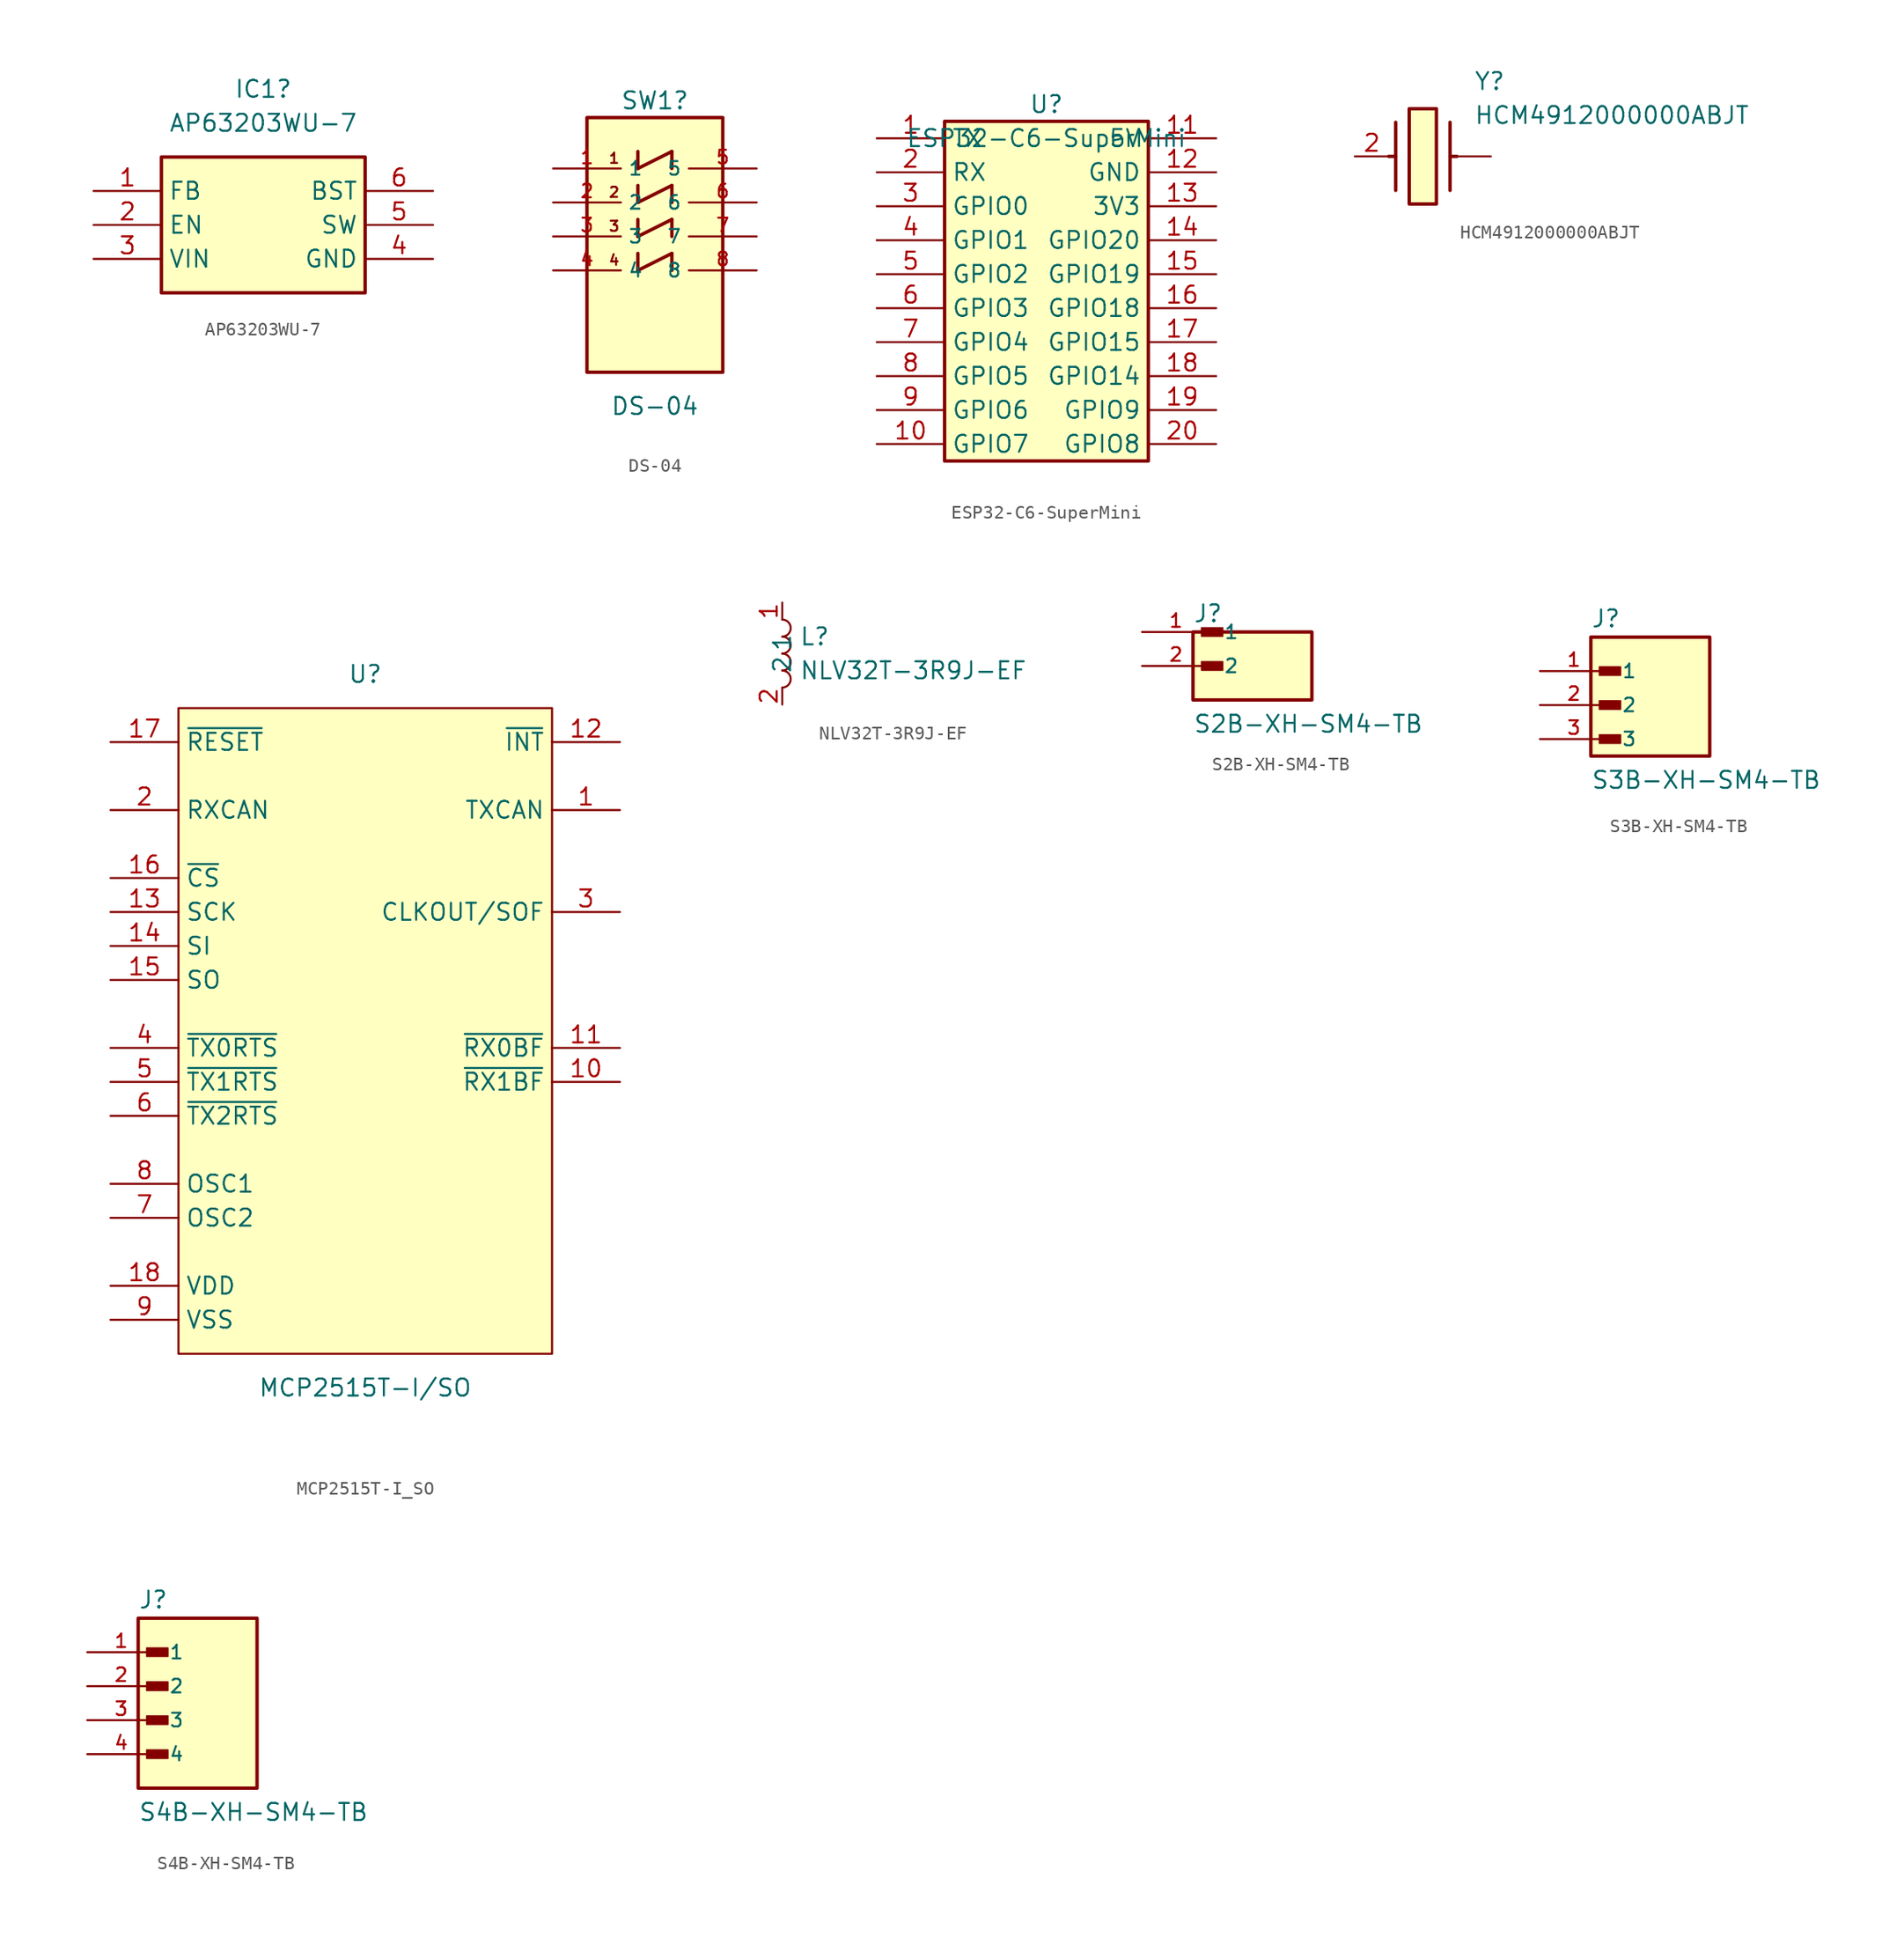
<source format=kicad_sym>
(kicad_symbol_lib
  (version 20241209)
  (generator "kicad_symbol_editor")
  (generator_version "9.0")
  (symbol "AP63203WU-7"
    (property "Reference" "IC1"
      (at 12.7 7.62 0)
      (effects (font (size 1.27 1.27))))
    (property "Value" "AP63203WU-7"
      (at 12.7 5.08 0)
      (effects (font (size 1.27 1.27))))
    (symbol "AP63203WU-7_1_1"
      (rectangle (start 5.08 2.54) (end 20.32 -7.62) (stroke (width 0.254) (type default)) (fill (type background)))
      (pin passive line (at 0 0 0) (length 5.08) (name "FB" (effects (font (size 1.27 1.27)))) (number "1" (effects (font (size 1.27 1.27)))))
      (pin passive line (at 0 -2.54 0) (length 5.08) (name "EN" (effects (font (size 1.27 1.27)))) (number "2" (effects (font (size 1.27 1.27)))))
      (pin passive line (at 0 -5.08 0) (length 5.08) (name "VIN" (effects (font (size 1.27 1.27)))) (number "3" (effects (font (size 1.27 1.27)))))
      (pin passive line (at 25.4 0 180) (length 5.08) (name "BST" (effects (font (size 1.27 1.27)))) (number "6" (effects (font (size 1.27 1.27)))))
      (pin passive line (at 25.4 -2.54 180) (length 5.08) (name "SW" (effects (font (size 1.27 1.27)))) (number "5" (effects (font (size 1.27 1.27)))))
      (pin passive line (at 25.4 -5.08 180) (length 5.08) (name "GND" (effects (font (size 1.27 1.27)))) (number "4" (effects (font (size 1.27 1.27)))))))
  (symbol "DS-04"
    (property "Reference" "SW1"
      (at 0 10.16 0)
      (effects (font (size 1.27 1.27))))
    (property "Value" "DS-04"
      (at 0 -12.7 0)
      (effects (font (size 1.27 1.27))))
    (symbol "DS-04_0_1"
      (rectangle (start -5.08 8.89) (end 5.08 -10.16) (stroke (width 0.254) (type default)) (fill (type background)))
      (polyline (pts (xy -1.27 6.35) (xy -1.27 5.08)) (stroke (width 0.254) (type default)) (fill (type none)))
      (polyline (pts (xy -1.27 5.08) (xy 1.27 6.35)) (stroke (width 0.254) (type default)) (fill (type none)))
      (polyline (pts (xy 1.27 6.35) (xy 1.27 5.08)) (stroke (width 0.254) (type default)) (fill (type none)))
      (polyline (pts (xy -1.27 3.81) (xy -1.27 2.54)) (stroke (width 0.254) (type default)) (fill (type none)))
      (polyline (pts (xy -1.27 2.54) (xy 1.27 3.81)) (stroke (width 0.254) (type default)) (fill (type none)))
      (polyline (pts (xy 1.27 3.81) (xy 1.27 2.54)) (stroke (width 0.254) (type default)) (fill (type none)))
      (polyline (pts (xy -1.27 1.27) (xy -1.27 0)) (stroke (width 0.254) (type default)) (fill (type none)))
      (polyline (pts (xy -1.27 0) (xy 1.27 1.27)) (stroke (width 0.254) (type default)) (fill (type none)))
      (polyline (pts (xy 1.27 1.27) (xy 1.27 0)) (stroke (width 0.254) (type default)) (fill (type none)))
      (polyline (pts (xy -1.27 -1.27) (xy -1.27 -2.54)) (stroke (width 0.254) (type default)) (fill (type none)))
      (polyline (pts (xy -1.27 -2.54) (xy 1.27 -1.27)) (stroke (width 0.254) (type default)) (fill (type none)))
      (polyline (pts (xy 1.27 -1.27) (xy 1.27 -2.54)) (stroke (width 0.254) (type default)) (fill (type none)))
      (text "1" (at -3.048 5.842 0) (effects (font (size 0.762 0.762))))
      (text "2" (at -3.048 3.302 0) (effects (font (size 0.762 0.762))))
      (text "3" (at -3.048 0.762 0) (effects (font (size 0.762 0.762))))
      (text "4" (at -3.048 -1.778 0) (effects (font (size 0.762 0.762)))))
    (symbol "DS-04_1_1"
      (pin passive line (at -7.62 5.08 0) (length 5.08) (name "1" (effects (font (size 1.016 1.016)))) (number "1" (effects (font (size 1.016 1.016)))))
      (pin passive line (at -7.62 2.54 0) (length 5.08) (name "2" (effects (font (size 1.016 1.016)))) (number "2" (effects (font (size 1.016 1.016)))))
      (pin passive line (at -7.62 0 0) (length 5.08) (name "3" (effects (font (size 1.016 1.016)))) (number "3" (effects (font (size 1.016 1.016)))))
      (pin passive line (at -7.62 -2.54 0) (length 5.08) (name "4" (effects (font (size 1.016 1.016)))) (number "4" (effects (font (size 1.016 1.016)))))
      (pin passive line (at 7.62 5.08 180) (length 5.08) (name "5" (effects (font (size 1.016 1.016)))) (number "5" (effects (font (size 1.016 1.016)))))
      (pin passive line (at 7.62 2.54 180) (length 5.08) (name "6" (effects (font (size 1.016 1.016)))) (number "6" (effects (font (size 1.016 1.016)))))
      (pin passive line (at 7.62 0 180) (length 5.08) (name "7" (effects (font (size 1.016 1.016)))) (number "7" (effects (font (size 1.016 1.016)))))
      (pin passive line (at 7.62 -2.54 180) (length 5.08) (name "8" (effects (font (size 1.016 1.016)))) (number "8" (effects (font (size 1.016 1.016)))))))
  (symbol "ESP32-C6-SuperMini"
    (property "Reference" "U"
      (at 12.7 2.54 0)
      (effects (font (size 1.27 1.27))))
    (property "Value" "ESP32-C6-SuperMini"
      (at 12.7 0 0)
      (effects (font (size 1.27 1.27))))
    (symbol "ESP32-C6-SuperMini_0_1"
      (rectangle (start 5.08 1.27) (end 20.32 -24.13) (stroke (width 0.254) (type default)) (fill (type background)))
      (pin bidirectional line (at 0 0 0) (length 5.08) (name "TX" (effects (font (size 1.27 1.27)))) (number "1" (effects (font (size 1.27 1.27)))))
      (pin bidirectional line (at 0 -2.54 0) (length 5.08) (name "RX" (effects (font (size 1.27 1.27)))) (number "2" (effects (font (size 1.27 1.27)))))
      (pin bidirectional line (at 0 -5.08 0) (length 5.08) (name "GPIO0" (effects (font (size 1.27 1.27)))) (number "3" (effects (font (size 1.27 1.27)))))
      (pin bidirectional line (at 0 -7.62 0) (length 5.08) (name "GPIO1" (effects (font (size 1.27 1.27)))) (number "4" (effects (font (size 1.27 1.27)))))
      (pin bidirectional line (at 0 -10.16 0) (length 5.08) (name "GPIO2" (effects (font (size 1.27 1.27)))) (number "5" (effects (font (size 1.27 1.27)))))
      (pin bidirectional line (at 0 -12.7 0) (length 5.08) (name "GPIO3" (effects (font (size 1.27 1.27)))) (number "6" (effects (font (size 1.27 1.27)))))
      (pin bidirectional line (at 0 -15.24 0) (length 5.08) (name "GPIO4" (effects (font (size 1.27 1.27)))) (number "7" (effects (font (size 1.27 1.27)))))
      (pin bidirectional line (at 0 -17.78 0) (length 5.08) (name "GPIO5" (effects (font (size 1.27 1.27)))) (number "8" (effects (font (size 1.27 1.27)))))
      (pin bidirectional line (at 0 -20.32 0) (length 5.08) (name "GPIO6" (effects (font (size 1.27 1.27)))) (number "9" (effects (font (size 1.27 1.27)))))
      (pin bidirectional line (at 0 -22.86 0) (length 5.08) (name "GPIO7" (effects (font (size 1.27 1.27)))) (number "10" (effects (font (size 1.27 1.27)))))
      (pin power_in line (at 25.4 0 180) (length 5.08) (name "5V" (effects (font (size 1.27 1.27)))) (number "11" (effects (font (size 1.27 1.27)))))
      (pin power_in line (at 25.4 -2.54 180) (length 5.08) (name "GND" (effects (font (size 1.27 1.27)))) (number "12" (effects (font (size 1.27 1.27)))))
      (pin power_out line (at 25.4 -5.08 180) (length 5.08) (name "3V3" (effects (font (size 1.27 1.27)))) (number "13" (effects (font (size 1.27 1.27)))))
      (pin bidirectional line (at 25.4 -7.62 180) (length 5.08) (name "GPIO20" (effects (font (size 1.27 1.27)))) (number "14" (effects (font (size 1.27 1.27)))))
      (pin bidirectional line (at 25.4 -10.16 180) (length 5.08) (name "GPIO19" (effects (font (size 1.27 1.27)))) (number "15" (effects (font (size 1.27 1.27)))))
      (pin bidirectional line (at 25.4 -12.7 180) (length 5.08) (name "GPIO18" (effects (font (size 1.27 1.27)))) (number "16" (effects (font (size 1.27 1.27)))))
      (pin bidirectional line (at 25.4 -15.24 180) (length 5.08) (name "GPIO15" (effects (font (size 1.27 1.27)))) (number "17" (effects (font (size 1.27 1.27)))))
      (pin bidirectional line (at 25.4 -17.78 180) (length 5.08) (name "GPIO14" (effects (font (size 1.27 1.27)))) (number "18" (effects (font (size 1.27 1.27)))))
      (pin bidirectional line (at 25.4 -20.32 180) (length 5.08) (name "GPIO9" (effects (font (size 1.27 1.27)))) (number "19" (effects (font (size 1.27 1.27)))))
      (pin bidirectional line (at 25.4 -22.86 180) (length 5.08) (name "GPIO8" (effects (font (size 1.27 1.27)))) (number "20" (effects (font (size 1.27 1.27)))))))
  (symbol "HCM4912000000ABJT"
    (pin_names hide)
    (property "Reference" "Y"
      (at 8.89 6.35 0)
      (effects (font (size 1.27 1.27)) (justify left top)))
    (property "Value" "HCM4912000000ABJT"
      (at 8.89 3.81 0)
      (effects (font (size 1.27 1.27)) (justify left top)))
    (symbol "HCM4912000000ABJT_0_1"
      (rectangle (start 4.064 3.556) (end 6.096 -3.556) (stroke (width 0.254) (type default)) (fill (type background)))
      (polyline (pts (xy 3.048 2.54) (xy 3.048 -2.54)) (stroke (width 0.254) (type default)) (fill (type none)))
      (polyline (pts (xy 7.112 2.54) (xy 7.112 -2.54)) (stroke (width 0.254) (type default)) (fill (type none)))
      (polyline (pts (xy 7.112 0) (xy 7.62 0)) (stroke (width 0.254) (type default)) (fill (type none)))
      (polyline (pts (xy 3.048 0) (xy 2.54 0)) (stroke (width 0.254) (type default)) (fill (type none)))
      (pin passive line (at 0 0 0) (length 2.54) (name "CRYSTAL_2" (effects (font (size 1.27 1.27)))) (number "2" (effects (font (size 1.27 1.27)))))
      (pin passive line (at 10.16 0 180) (length 2.54) (name "" (effects (font (size 1.27 1.27)))) (number "" (effects (font (size 1.27 1.27)))))))
  (symbol "MCP2515T-I_SO"
    (property "Reference" "U"
      (at 0 26.67 0)
      (effects (font (size 1.27 1.27))))
    (property "Value" "MCP2515T-I/SO"
      (at 0 -26.67 0)
      (effects (font (size 1.27 1.27))))
    (symbol "MCP2515T-I_SO_0_1"
      (rectangle (start -13.97 24.13) (end 13.97 -24.13) (stroke (width 0) (type default) (color 0 0 0 0)) (fill (type background)))
      (pin output line (at 19.05 16.51 180) (length 5.08) (name "TXCAN" (effects (font (size 1.27 1.27)))) (number "1" (effects (font (size 1.27 1.27)))))
      (pin unspecified line (at -19.05 16.51 0) (length 5.08) (name "RXCAN" (effects (font (size 1.27 1.27)))) (number "2" (effects (font (size 1.27 1.27)))))
      (pin output line (at 19.05 8.89 180) (length 5.08) (name "CLKOUT/SOF" (effects (font (size 1.27 1.27)))) (number "3" (effects (font (size 1.27 1.27)))))
      (pin unspecified line (at -19.05 -1.27 0) (length 5.08) (name "~{TX0RTS}" (effects (font (size 1.27 1.27)))) (number "4" (effects (font (size 1.27 1.27)))))
      (pin unspecified line (at -19.05 -3.81 0) (length 5.08) (name "~{TX1RTS}" (effects (font (size 1.27 1.27)))) (number "5" (effects (font (size 1.27 1.27)))))
      (pin unspecified line (at -19.05 -6.35 0) (length 5.08) (name "~{TX2RTS}" (effects (font (size 1.27 1.27)))) (number "6" (effects (font (size 1.27 1.27)))))
      (pin output line (at -19.05 -13.97 0) (length 5.08) (name "OSC2" (effects (font (size 1.27 1.27)))) (number "7" (effects (font (size 1.27 1.27)))))
      (pin unspecified line (at -19.05 -11.43 0) (length 5.08) (name "OSC1" (effects (font (size 1.27 1.27)))) (number "8" (effects (font (size 1.27 1.27)))))
      (pin power_in line (at -19.05 -21.59 0) (length 5.08) (name "VSS" (effects (font (size 1.27 1.27)))) (number "9" (effects (font (size 1.27 1.27)))))
      (pin output line (at 19.05 -3.81 180) (length 5.08) (name "~{RX1BF}" (effects (font (size 1.27 1.27)))) (number "10" (effects (font (size 1.27 1.27)))))
      (pin output line (at 19.05 -1.27 180) (length 5.08) (name "~{RX0BF}" (effects (font (size 1.27 1.27)))) (number "11" (effects (font (size 1.27 1.27)))))
      (pin output line (at 19.05 21.59 180) (length 5.08) (name "~{INT}" (effects (font (size 1.27 1.27)))) (number "12" (effects (font (size 1.27 1.27)))))
      (pin unspecified line (at -19.05 8.89 0) (length 5.08) (name "SCK" (effects (font (size 1.27 1.27)))) (number "13" (effects (font (size 1.27 1.27)))))
      (pin unspecified line (at -19.05 6.35 0) (length 5.08) (name "SI" (effects (font (size 1.27 1.27)))) (number "14" (effects (font (size 1.27 1.27)))))
      (pin output line (at -19.05 3.81 0) (length 5.08) (name "SO" (effects (font (size 1.27 1.27)))) (number "15" (effects (font (size 1.27 1.27)))))
      (pin unspecified line (at -19.05 11.43 0) (length 5.08) (name "~{CS}" (effects (font (size 1.27 1.27)))) (number "16" (effects (font (size 1.27 1.27)))))
      (pin unspecified line (at -19.05 21.59 0) (length 5.08) (name "~{RESET}" (effects (font (size 1.27 1.27)))) (number "17" (effects (font (size 1.27 1.27)))))
      (pin power_in line (at -19.05 -19.05 0) (length 5.08) (name "VDD" (effects (font (size 1.27 1.27)))) (number "18" (effects (font (size 1.27 1.27)))))))
  (symbol "NLV32T-3R9J-EF"
    (pin_names
      (offset 1.016))
    (property "Reference" "L"
      (at 1.27 1.27 0)
      (effects (font (size 1.27 1.27)) (justify left)))
    (property "Value" "NLV32T-3R9J-EF"
      (at 1.27 -1.27 0)
      (effects (font (size 1.27 1.27)) (justify left)))
    (symbol "NLV32T-3R9J-EF_0_1"
      (arc (start 0 -2.54) (mid 0.6323 -1.905) (end 0 -1.27) (stroke (width 0) (type default)) (fill (type none)))
      (arc (start 0 -1.27) (mid 0.6323 -0.635) (end 0 0) (stroke (width 0) (type default)) (fill (type none)))
      (arc (start 0 0) (mid 0.6323 0.635) (end 0 1.27) (stroke (width 0) (type default)) (fill (type none)))
      (arc (start 0 1.27) (mid 0.6323 1.905) (end 0 2.54) (stroke (width 0) (type default)) (fill (type none)))
      (pin passive line (at 0 3.81 270) (length 1.27) (name "1" (effects (font (size 1.27 1.27)))) (number "1" (effects (font (size 1.27 1.27)))))
      (pin passive line (at 0 -3.81 90) (length 1.27) (name "2" (effects (font (size 1.27 1.27)))) (number "2" (effects (font (size 1.27 1.27)))))))
  (symbol "S2B-XH-SM4-TB"
    (pin_names
      (offset 1.016))
    (property "Reference" "J"
      (at -3.81 3.175 0)
      (effects (font (size 1.27 1.27)) (justify left bottom)))
    (property "Value" "S2B-XH-SM4-TB"
      (at -3.81 -5.08 0)
      (effects (font (size 1.27 1.27)) (justify left bottom)))
    (symbol "S2B-XH-SM4-TB_0_0"
      (rectangle (start -3.81 -2.54) (end 5.08 2.54) (stroke (width 0.254) (type default)) (fill (type background)))
      (rectangle (start -3.175 -0.318) (end -1.587 0.318) (stroke (width 0.1) (type default)) (fill (type outline)))
      (rectangle (start -3.175 2.223) (end -1.587 2.857) (stroke (width 0.1) (type default)) (fill (type outline)))
      (pin passive line (at -7.62 2.54 0) (length 5.08) (name "1" (effects (font (size 1.016 1.016)))) (number "1" (effects (font (size 1.016 1.016)))))
      (pin passive line (at -7.62 0 0) (length 5.08) (name "2" (effects (font (size 1.016 1.016)))) (number "2" (effects (font (size 1.016 1.016)))))))
  (symbol "S3B-XH-SM4-TB"
    (pin_names
      (offset 1.016))
    (property "Reference" "J"
      (at -3.81 4.445 0)
      (effects (font (size 1.27 1.27)) (justify left bottom)))
    (property "Value" "S3B-XH-SM4-TB"
      (at -3.81 -7.62 0)
      (effects (font (size 1.27 1.27)) (justify left bottom)))
    (symbol "S3B-XH-SM4-TB_0_0"
      (rectangle (start -3.81 -5.08) (end 5.08 3.81) (stroke (width 0.254) (type default)) (fill (type background)))
      (rectangle (start -3.175 0.953) (end -1.587 1.587) (stroke (width 0.1) (type default)) (fill (type outline)))
      (rectangle (start -3.175 -1.587) (end -1.587 -0.953) (stroke (width 0.1) (type default)) (fill (type outline)))
      (rectangle (start -3.175 -4.128) (end -1.587 -3.493) (stroke (width 0.1) (type default)) (fill (type outline)))
      (pin passive line (at -7.62 1.27 0) (length 5.08) (name "1" (effects (font (size 1.016 1.016)))) (number "1" (effects (font (size 1.016 1.016)))))
      (pin passive line (at -7.62 -1.27 0) (length 5.08) (name "2" (effects (font (size 1.016 1.016)))) (number "2" (effects (font (size 1.016 1.016)))))
      (pin passive line (at -7.62 -3.81 0) (length 5.08) (name "3" (effects (font (size 1.016 1.016)))) (number "3" (effects (font (size 1.016 1.016)))))))
  (symbol "S4B-XH-SM4-TB"
    (pin_names
      (offset 1.016))
    (property "Reference" "J"
      (at -3.81 5.715 0)
      (effects (font (size 1.27 1.27)) (justify left bottom)))
    (property "Value" "S4B-XH-SM4-TB"
      (at -3.81 -10.16 0)
      (effects (font (size 1.27 1.27)) (justify left bottom)))
    (symbol "S4B-XH-SM4-TB_0_0"
      (rectangle (start -3.81 -7.62) (end 5.08 5.08) (stroke (width 0.254) (type default)) (fill (type background)))
      (rectangle (start -3.175 2.223) (end -1.587 2.857) (stroke (width 0.1) (type default)) (fill (type outline)))
      (rectangle (start -3.175 -0.318) (end -1.587 0.318) (stroke (width 0.1) (type default)) (fill (type outline)))
      (rectangle (start -3.175 -2.857) (end -1.587 -2.223) (stroke (width 0.1) (type default)) (fill (type outline)))
      (rectangle (start -3.175 -5.397) (end -1.587 -4.763) (stroke (width 0.1) (type default)) (fill (type outline)))
      (pin passive line (at -7.62 2.54 0) (length 5.08) (name "1" (effects (font (size 1.016 1.016)))) (number "1" (effects (font (size 1.016 1.016)))))
      (pin passive line (at -7.62 0 0) (length 5.08) (name "2" (effects (font (size 1.016 1.016)))) (number "2" (effects (font (size 1.016 1.016)))))
      (pin passive line (at -7.62 -2.54 0) (length 5.08) (name "3" (effects (font (size 1.016 1.016)))) (number "3" (effects (font (size 1.016 1.016)))))
      (pin passive line (at -7.62 -5.08 0) (length 5.08) (name "4" (effects (font (size 1.016 1.016)))) (number "4" (effects (font (size 1.016 1.016))))))))
</source>
